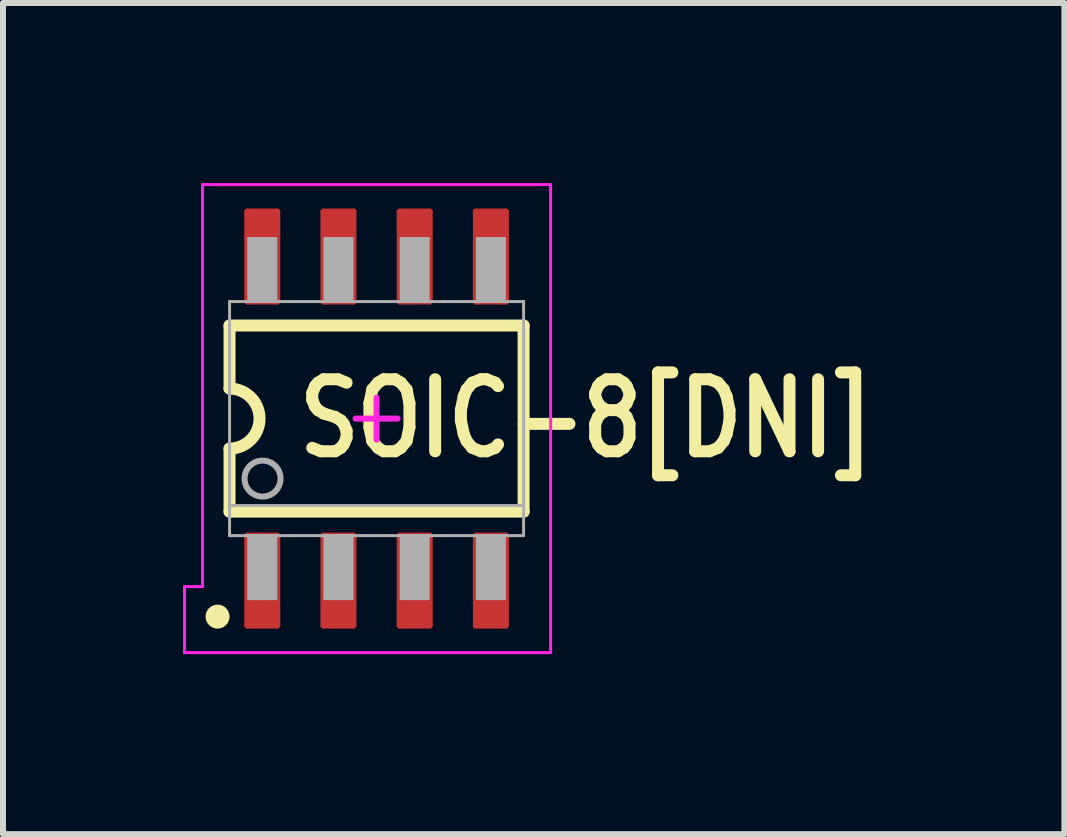
<source format=kicad_pcb>
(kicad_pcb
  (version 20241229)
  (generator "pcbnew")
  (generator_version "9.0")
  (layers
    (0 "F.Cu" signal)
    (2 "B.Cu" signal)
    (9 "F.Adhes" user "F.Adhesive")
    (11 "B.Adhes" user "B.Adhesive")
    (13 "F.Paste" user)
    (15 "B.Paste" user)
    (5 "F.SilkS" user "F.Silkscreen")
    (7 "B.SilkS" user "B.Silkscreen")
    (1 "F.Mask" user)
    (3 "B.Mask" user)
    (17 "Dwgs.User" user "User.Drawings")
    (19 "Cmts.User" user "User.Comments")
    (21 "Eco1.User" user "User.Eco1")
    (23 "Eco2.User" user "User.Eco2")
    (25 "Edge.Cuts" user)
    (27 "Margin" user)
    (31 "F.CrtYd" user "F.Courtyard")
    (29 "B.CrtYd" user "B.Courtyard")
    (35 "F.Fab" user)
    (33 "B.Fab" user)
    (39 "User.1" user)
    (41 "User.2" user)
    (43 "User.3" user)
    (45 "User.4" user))
  (footprint "SOIC-8[DNI]"
    (layer "F.Cu")
    (at 3.225 3.925)
    (property "Reference" "SOIC-8[DNI]" (at 3.5 0 0) (layer "F.SilkS") (effects (font (size 1.2 1) (thickness 0.2))))
    (attr through_hole)
    (fp_line (start -2.18 -3.45) (end -2.18 -1.95) (stroke (width 0.05) (type solid)) (layer "F.Cu"))
    (fp_line (start -2.18 1.95) (end -2.18 3.45) (stroke (width 0.05) (type solid)) (layer "F.Cu"))
    (fp_line (start -2.155 -3.475) (end -1.655 -3.475) (stroke (width 0.05) (type solid)) (layer "F.Cu"))
    (fp_line (start -2.155 -3.45) (end -2.155 -1.95) (stroke (width 0.05) (type solid)) (layer "F.Cu"))
    (fp_line (start -2.155 -3.45) (end -1.655 -3.45) (stroke (width 0.05) (type solid)) (layer "F.Cu"))
    (fp_line (start -2.155 1.925) (end -1.655 1.925) (stroke (width 0.05) (type solid)) (layer "F.Cu"))
    (fp_line (start -2.155 1.95) (end -2.155 3.45) (stroke (width 0.05) (type solid)) (layer "F.Cu"))
    (fp_line (start -2.155 1.95) (end -1.655 1.95) (stroke (width 0.05) (type solid)) (layer "F.Cu"))
    (fp_line (start -1.655 -1.95) (end -2.155 -1.95) (stroke (width 0.05) (type solid)) (layer "F.Cu"))
    (fp_line (start -1.655 -1.95) (end -1.655 -3.45) (stroke (width 0.05) (type solid)) (layer "F.Cu"))
    (fp_line (start -1.655 -1.925) (end -2.155 -1.925) (stroke (width 0.05) (type solid)) (layer "F.Cu"))
    (fp_line (start -1.655 3.45) (end -2.155 3.45) (stroke (width 0.05) (type solid)) (layer "F.Cu"))
    (fp_line (start -1.655 3.45) (end -1.655 1.95) (stroke (width 0.05) (type solid)) (layer "F.Cu"))
    (fp_line (start -1.655 3.475) (end -2.155 3.475) (stroke (width 0.05) (type solid)) (layer "F.Cu"))
    (fp_line (start -1.63 -1.95) (end -1.63 -3.45) (stroke (width 0.05) (type solid)) (layer "F.Cu"))
    (fp_line (start -1.63 3.45) (end -1.63 1.95) (stroke (width 0.05) (type solid)) (layer "F.Cu"))
    (fp_line (start -0.91 -3.45) (end -0.91 -1.95) (stroke (width 0.05) (type solid)) (layer "F.Cu"))
    (fp_line (start -0.91 1.95) (end -0.91 3.45) (stroke (width 0.05) (type solid)) (layer "F.Cu"))
    (fp_line (start -0.885 -3.475) (end -0.385 -3.475) (stroke (width 0.05) (type solid)) (layer "F.Cu"))
    (fp_line (start -0.885 -3.45) (end -0.885 -1.95) (stroke (width 0.05) (type solid)) (layer "F.Cu"))
    (fp_line (start -0.885 -3.45) (end -0.385 -3.45) (stroke (width 0.05) (type solid)) (layer "F.Cu"))
    (fp_line (start -0.885 1.925) (end -0.385 1.925) (stroke (width 0.05) (type solid)) (layer "F.Cu"))
    (fp_line (start -0.885 1.95) (end -0.885 3.45) (stroke (width 0.05) (type solid)) (layer "F.Cu"))
    (fp_line (start -0.885 1.95) (end -0.385 1.95) (stroke (width 0.05) (type solid)) (layer "F.Cu"))
    (fp_line (start -0.385 -1.95) (end -0.885 -1.95) (stroke (width 0.05) (type solid)) (layer "F.Cu"))
    (fp_line (start -0.385 -1.95) (end -0.385 -3.45) (stroke (width 0.05) (type solid)) (layer "F.Cu"))
    (fp_line (start -0.385 -1.925) (end -0.885 -1.925) (stroke (width 0.05) (type solid)) (layer "F.Cu"))
    (fp_line (start -0.385 3.45) (end -0.885 3.45) (stroke (width 0.05) (type solid)) (layer "F.Cu"))
    (fp_line (start -0.385 3.45) (end -0.385 1.95) (stroke (width 0.05) (type solid)) (layer "F.Cu"))
    (fp_line (start -0.385 3.475) (end -0.885 3.475) (stroke (width 0.05) (type solid)) (layer "F.Cu"))
    (fp_line (start -0.36 -1.95) (end -0.36 -3.45) (stroke (width 0.05) (type solid)) (layer "F.Cu"))
    (fp_line (start -0.36 3.45) (end -0.36 1.95) (stroke (width 0.05) (type solid)) (layer "F.Cu"))
    (fp_line (start 0.36 -3.45) (end 0.36 -1.95) (stroke (width 0.05) (type solid)) (layer "F.Cu"))
    (fp_line (start 0.36 1.95) (end 0.36 3.45) (stroke (width 0.05) (type solid)) (layer "F.Cu"))
    (fp_line (start 0.385 -3.475) (end 0.885 -3.475) (stroke (width 0.05) (type solid)) (layer "F.Cu"))
    (fp_line (start 0.385 -3.45) (end 0.385 -1.95) (stroke (width 0.05) (type solid)) (layer "F.Cu"))
    (fp_line (start 0.385 -3.45) (end 0.885 -3.45) (stroke (width 0.05) (type solid)) (layer "F.Cu"))
    (fp_line (start 0.385 1.925) (end 0.885 1.925) (stroke (width 0.05) (type solid)) (layer "F.Cu"))
    (fp_line (start 0.385 1.95) (end 0.385 3.45) (stroke (width 0.05) (type solid)) (layer "F.Cu"))
    (fp_line (start 0.385 1.95) (end 0.885 1.95) (stroke (width 0.05) (type solid)) (layer "F.Cu"))
    (fp_line (start 0.885 -1.95) (end 0.385 -1.95) (stroke (width 0.05) (type solid)) (layer "F.Cu"))
    (fp_line (start 0.885 -1.95) (end 0.885 -3.45) (stroke (width 0.05) (type solid)) (layer "F.Cu"))
    (fp_line (start 0.885 -1.925) (end 0.385 -1.925) (stroke (width 0.05) (type solid)) (layer "F.Cu"))
    (fp_line (start 0.885 3.45) (end 0.385 3.45) (stroke (width 0.05) (type solid)) (layer "F.Cu"))
    (fp_line (start 0.885 3.45) (end 0.885 1.95) (stroke (width 0.05) (type solid)) (layer "F.Cu"))
    (fp_line (start 0.885 3.475) (end 0.385 3.475) (stroke (width 0.05) (type solid)) (layer "F.Cu"))
    (fp_line (start 0.91 -1.95) (end 0.91 -3.45) (stroke (width 0.05) (type solid)) (layer "F.Cu"))
    (fp_line (start 0.91 3.45) (end 0.91 1.95) (stroke (width 0.05) (type solid)) (layer "F.Cu"))
    (fp_line (start 1.63 -3.45) (end 1.63 -1.95) (stroke (width 0.05) (type solid)) (layer "F.Cu"))
    (fp_line (start 1.63 1.95) (end 1.63 3.45) (stroke (width 0.05) (type solid)) (layer "F.Cu"))
    (fp_line (start 1.655 -3.475) (end 2.155 -3.475) (stroke (width 0.05) (type solid)) (layer "F.Cu"))
    (fp_line (start 1.655 -3.45) (end 1.655 -1.95) (stroke (width 0.05) (type solid)) (layer "F.Cu"))
    (fp_line (start 1.655 -3.45) (end 2.155 -3.45) (stroke (width 0.05) (type solid)) (layer "F.Cu"))
    (fp_line (start 1.655 1.925) (end 2.155 1.925) (stroke (width 0.05) (type solid)) (layer "F.Cu"))
    (fp_line (start 1.655 1.95) (end 1.655 3.45) (stroke (width 0.05) (type solid)) (layer "F.Cu"))
    (fp_line (start 1.655 1.95) (end 2.155 1.95) (stroke (width 0.05) (type solid)) (layer "F.Cu"))
    (fp_line (start 2.155 -1.95) (end 1.655 -1.95) (stroke (width 0.05) (type solid)) (layer "F.Cu"))
    (fp_line (start 2.155 -1.95) (end 2.155 -3.45) (stroke (width 0.05) (type solid)) (layer "F.Cu"))
    (fp_line (start 2.155 -1.925) (end 1.655 -1.925) (stroke (width 0.05) (type solid)) (layer "F.Cu"))
    (fp_line (start 2.155 3.45) (end 1.655 3.45) (stroke (width 0.05) (type solid)) (layer "F.Cu"))
    (fp_line (start 2.155 3.45) (end 2.155 1.95) (stroke (width 0.05) (type solid)) (layer "F.Cu"))
    (fp_line (start 2.155 3.475) (end 1.655 3.475) (stroke (width 0.05) (type solid)) (layer "F.Cu"))
    (fp_line (start 2.18 -1.95) (end 2.18 -3.45) (stroke (width 0.05) (type solid)) (layer "F.Cu"))
    (fp_line (start 2.18 3.45) (end 2.18 1.95) (stroke (width 0.05) (type solid)) (layer "F.Cu"))
    (fp_arc (start -2.18 -3.45) (mid -2.172693 -3.467662) (end -2.155044 -3.475) (stroke (width 0.05) (type solid)) (layer "F.Cu"))
    (fp_arc (start -2.18 1.95) (mid -2.172693 1.932338) (end -2.155044 1.925) (stroke (width 0.05) (type solid)) (layer "F.Cu"))
    (fp_arc (start -2.155 -1.925) (mid -2.172662 -1.932307) (end -2.18 -1.949956) (stroke (width 0.05) (type solid)) (layer "F.Cu"))
    (fp_arc (start -2.155 3.475) (mid -2.172662 3.467693) (end -2.18 3.450044) (stroke (width 0.05) (type solid)) (layer "F.Cu"))
    (fp_arc (start -1.655 -3.475) (mid -1.637338 -3.467693) (end -1.63 -3.450044) (stroke (width 0.05) (type solid)) (layer "F.Cu"))
    (fp_arc (start -1.655 1.925) (mid -1.637338 1.932307) (end -1.63 1.949956) (stroke (width 0.05) (type solid)) (layer "F.Cu"))
    (fp_arc (start -1.63 -1.95) (mid -1.637307 -1.932338) (end -1.654956 -1.925) (stroke (width 0.05) (type solid)) (layer "F.Cu"))
    (fp_arc (start -1.63 3.45) (mid -1.637307 3.467662) (end -1.654956 3.475) (stroke (width 0.05) (type solid)) (layer "F.Cu"))
    (fp_arc (start -0.91 -3.45) (mid -0.902693 -3.467662) (end -0.885044 -3.475) (stroke (width 0.05) (type solid)) (layer "F.Cu"))
    (fp_arc (start -0.91 1.95) (mid -0.902693 1.932338) (end -0.885044 1.925) (stroke (width 0.05) (type solid)) (layer "F.Cu"))
    (fp_arc (start -0.885 -1.925) (mid -0.902662 -1.932307) (end -0.91 -1.949956) (stroke (width 0.05) (type solid)) (layer "F.Cu"))
    (fp_arc (start -0.885 3.475) (mid -0.902662 3.467693) (end -0.91 3.450044) (stroke (width 0.05) (type solid)) (layer "F.Cu"))
    (fp_arc (start -0.385 -3.475) (mid -0.367338 -3.467693) (end -0.36 -3.450044) (stroke (width 0.05) (type solid)) (layer "F.Cu"))
    (fp_arc (start -0.385 1.925) (mid -0.367338 1.932307) (end -0.36 1.949956) (stroke (width 0.05) (type solid)) (layer "F.Cu"))
    (fp_arc (start -0.36 -1.95) (mid -0.367307 -1.932338) (end -0.384956 -1.925) (stroke (width 0.05) (type solid)) (layer "F.Cu"))
    (fp_arc (start -0.36 3.45) (mid -0.367307 3.467662) (end -0.384956 3.475) (stroke (width 0.05) (type solid)) (layer "F.Cu"))
    (fp_arc (start 0.36 -3.45) (mid 0.367307 -3.467662) (end 0.384956 -3.475) (stroke (width 0.05) (type solid)) (layer "F.Cu"))
    (fp_arc (start 0.36 1.95) (mid 0.367307 1.932338) (end 0.384956 1.925) (stroke (width 0.05) (type solid)) (layer "F.Cu"))
    (fp_arc (start 0.385 -1.925) (mid 0.367338 -1.932307) (end 0.36 -1.949956) (stroke (width 0.05) (type solid)) (layer "F.Cu"))
    (fp_arc (start 0.385 3.475) (mid 0.367338 3.467693) (end 0.36 3.450044) (stroke (width 0.05) (type solid)) (layer "F.Cu"))
    (fp_arc (start 0.885 -3.475) (mid 0.902662 -3.467693) (end 0.91 -3.450044) (stroke (width 0.05) (type solid)) (layer "F.Cu"))
    (fp_arc (start 0.885 1.925) (mid 0.902662 1.932307) (end 0.91 1.949956) (stroke (width 0.05) (type solid)) (layer "F.Cu"))
    (fp_arc (start 0.91 -1.95) (mid 0.902693 -1.932338) (end 0.885044 -1.925) (stroke (width 0.05) (type solid)) (layer "F.Cu"))
    (fp_arc (start 0.91 3.45) (mid 0.902693 3.467662) (end 0.885044 3.475) (stroke (width 0.05) (type solid)) (layer "F.Cu"))
    (fp_arc (start 1.63 -3.45) (mid 1.637307 -3.467662) (end 1.654956 -3.475) (stroke (width 0.05) (type solid)) (layer "F.Cu"))
    (fp_arc (start 1.63 1.95) (mid 1.637307 1.932338) (end 1.654956 1.925) (stroke (width 0.05) (type solid)) (layer "F.Cu"))
    (fp_arc (start 1.655 -1.925) (mid 1.637338 -1.932307) (end 1.63 -1.949956) (stroke (width 0.05) (type solid)) (layer "F.Cu"))
    (fp_arc (start 1.655 3.475) (mid 1.637338 3.467693) (end 1.63 3.450044) (stroke (width 0.05) (type solid)) (layer "F.Cu"))
    (fp_arc (start 2.155 -3.475) (mid 2.172662 -3.467693) (end 2.18 -3.450044) (stroke (width 0.05) (type solid)) (layer "F.Cu"))
    (fp_arc (start 2.155 1.925) (mid 2.172662 1.932307) (end 2.18 1.949956) (stroke (width 0.05) (type solid)) (layer "F.Cu"))
    (fp_arc (start 2.18 -1.95) (mid 2.172693 -1.932338) (end 2.155044 -1.925) (stroke (width 0.05) (type solid)) (layer "F.Cu"))
    (fp_arc (start 2.18 3.45) (mid 2.172693 3.467662) (end 2.155044 3.475) (stroke (width 0.05) (type solid)) (layer "F.Cu"))
    (fp_line (start -2.255 -3.45) (end -2.255 -1.95) (stroke (width 0.1) (type solid)) (layer "F.Mask"))
    (fp_line (start -2.255 1.95) (end -2.255 3.45) (stroke (width 0.1) (type solid)) (layer "F.Mask"))
    (fp_line (start -2.205 -2.1) (end -2.205 -3) (stroke (width 0.1) (type solid)) (layer "F.Mask"))
    (fp_line (start -2.205 3.3) (end -2.205 2.4) (stroke (width 0.1) (type solid)) (layer "F.Mask"))
    (fp_line (start -2.155 -3.5) (end -1.605 -3.5) (stroke (width 0.1) (type solid)) (layer "F.Mask"))
    (fp_line (start -2.155 -1.85) (end -1.655 -1.85) (stroke (width 0.1) (type solid)) (layer "F.Mask"))
    (fp_line (start -2.155 1.9) (end -1.605 1.9) (stroke (width 0.1) (type solid)) (layer "F.Mask"))
    (fp_line (start -2.155 3.55) (end -1.655 3.55) (stroke (width 0.1) (type solid)) (layer "F.Mask"))
    (fp_line (start -1.655 -3.55) (end -2.155 -3.55) (stroke (width 0.1) (type solid)) (layer "F.Mask"))
    (fp_line (start -1.655 1.85) (end -2.155 1.85) (stroke (width 0.1) (type solid)) (layer "F.Mask"))
    (fp_line (start -1.605 -3.3) (end -1.605 -2.4) (stroke (width 0.1) (type solid)) (layer "F.Mask"))
    (fp_line (start -1.605 2.1) (end -1.605 3) (stroke (width 0.1) (type solid)) (layer "F.Mask"))
    (fp_line (start -1.555 -1.95) (end -1.555 -3.45) (stroke (width 0.1) (type solid)) (layer "F.Mask"))
    (fp_line (start -1.555 3.45) (end -1.555 1.95) (stroke (width 0.1) (type solid)) (layer "F.Mask"))
    (fp_line (start -0.985 -3.45) (end -0.985 -1.95) (stroke (width 0.1) (type solid)) (layer "F.Mask"))
    (fp_line (start -0.985 1.95) (end -0.985 3.45) (stroke (width 0.1) (type solid)) (layer "F.Mask"))
    (fp_line (start -0.935 -2.1) (end -0.935 -3) (stroke (width 0.1) (type solid)) (layer "F.Mask"))
    (fp_line (start -0.935 3.3) (end -0.935 2.4) (stroke (width 0.1) (type solid)) (layer "F.Mask"))
    (fp_line (start -0.885 -3.5) (end -0.335 -3.5) (stroke (width 0.1) (type solid)) (layer "F.Mask"))
    (fp_line (start -0.885 -1.85) (end -0.385 -1.85) (stroke (width 0.1) (type solid)) (layer "F.Mask"))
    (fp_line (start -0.885 1.9) (end -0.335 1.9) (stroke (width 0.1) (type solid)) (layer "F.Mask"))
    (fp_line (start -0.885 3.55) (end -0.385 3.55) (stroke (width 0.1) (type solid)) (layer "F.Mask"))
    (fp_line (start -0.385 -3.55) (end -0.885 -3.55) (stroke (width 0.1) (type solid)) (layer "F.Mask"))
    (fp_line (start -0.385 1.85) (end -0.885 1.85) (stroke (width 0.1) (type solid)) (layer "F.Mask"))
    (fp_line (start -0.335 -3.3) (end -0.335 -2.4) (stroke (width 0.1) (type solid)) (layer "F.Mask"))
    (fp_line (start -0.335 2.1) (end -0.335 3) (stroke (width 0.1) (type solid)) (layer "F.Mask"))
    (fp_line (start -0.285 -1.95) (end -0.285 -3.45) (stroke (width 0.1) (type solid)) (layer "F.Mask"))
    (fp_line (start -0.285 3.45) (end -0.285 1.95) (stroke (width 0.1) (type solid)) (layer "F.Mask"))
    (fp_line (start 0.285 -3.45) (end 0.285 -1.95) (stroke (width 0.1) (type solid)) (layer "F.Mask"))
    (fp_line (start 0.285 1.95) (end 0.285 3.45) (stroke (width 0.1) (type solid)) (layer "F.Mask"))
    (fp_line (start 0.335 -2.1) (end 0.335 -3) (stroke (width 0.1) (type solid)) (layer "F.Mask"))
    (fp_line (start 0.335 3.3) (end 0.335 2.4) (stroke (width 0.1) (type solid)) (layer "F.Mask"))
    (fp_line (start 0.385 -3.5) (end 0.935 -3.5) (stroke (width 0.1) (type solid)) (layer "F.Mask"))
    (fp_line (start 0.385 -1.85) (end 0.885 -1.85) (stroke (width 0.1) (type solid)) (layer "F.Mask"))
    (fp_line (start 0.385 1.9) (end 0.935 1.9) (stroke (width 0.1) (type solid)) (layer "F.Mask"))
    (fp_line (start 0.385 3.55) (end 0.885 3.55) (stroke (width 0.1) (type solid)) (layer "F.Mask"))
    (fp_line (start 0.885 -3.55) (end 0.385 -3.55) (stroke (width 0.1) (type solid)) (layer "F.Mask"))
    (fp_line (start 0.885 1.85) (end 0.385 1.85) (stroke (width 0.1) (type solid)) (layer "F.Mask"))
    (fp_line (start 0.935 -3.3) (end 0.935 -2.4) (stroke (width 0.1) (type solid)) (layer "F.Mask"))
    (fp_line (start 0.935 2.1) (end 0.935 3) (stroke (width 0.1) (type solid)) (layer "F.Mask"))
    (fp_line (start 0.985 -1.95) (end 0.985 -3.45) (stroke (width 0.1) (type solid)) (layer "F.Mask"))
    (fp_line (start 0.985 3.45) (end 0.985 1.95) (stroke (width 0.1) (type solid)) (layer "F.Mask"))
    (fp_line (start 1.555 -3.45) (end 1.555 -1.95) (stroke (width 0.1) (type solid)) (layer "F.Mask"))
    (fp_line (start 1.555 1.95) (end 1.555 3.45) (stroke (width 0.1) (type solid)) (layer "F.Mask"))
    (fp_line (start 1.605 -2.1) (end 1.605 -3) (stroke (width 0.1) (type solid)) (layer "F.Mask"))
    (fp_line (start 1.605 3.3) (end 1.605 2.4) (stroke (width 0.1) (type solid)) (layer "F.Mask"))
    (fp_line (start 1.655 -3.5) (end 2.205 -3.5) (stroke (width 0.1) (type solid)) (layer "F.Mask"))
    (fp_line (start 1.655 -1.85) (end 2.155 -1.85) (stroke (width 0.1) (type solid)) (layer "F.Mask"))
    (fp_line (start 1.655 1.9) (end 2.205 1.9) (stroke (width 0.1) (type solid)) (layer "F.Mask"))
    (fp_line (start 1.655 3.55) (end 2.155 3.55) (stroke (width 0.1) (type solid)) (layer "F.Mask"))
    (fp_line (start 2.155 -3.55) (end 1.655 -3.55) (stroke (width 0.1) (type solid)) (layer "F.Mask"))
    (fp_line (start 2.155 1.85) (end 1.655 1.85) (stroke (width 0.1) (type solid)) (layer "F.Mask"))
    (fp_line (start 2.205 -3.3) (end 2.205 -2.4) (stroke (width 0.1) (type solid)) (layer "F.Mask"))
    (fp_line (start 2.205 2.1) (end 2.205 3) (stroke (width 0.1) (type solid)) (layer "F.Mask"))
    (fp_line (start 2.255 -1.95) (end 2.255 -3.45) (stroke (width 0.1) (type solid)) (layer "F.Mask"))
    (fp_line (start 2.255 3.45) (end 2.255 1.95) (stroke (width 0.1) (type solid)) (layer "F.Mask"))
    (fp_arc (start -2.254825 -3.45) (mid -2.225598 -3.520649) (end -2.155 -3.55) (stroke (width 0.1) (type solid)) (layer "F.Mask"))
    (fp_arc (start -2.254825 1.95) (mid -2.225598 1.879351) (end -2.155 1.85) (stroke (width 0.1) (type solid)) (layer "F.Mask"))
    (fp_arc (start -2.155 -1.85) (mid -2.225649 -1.879227) (end -2.255 -1.949825) (stroke (width 0.1) (type solid)) (layer "F.Mask"))
    (fp_arc (start -2.155 3.55) (mid -2.225649 3.520773) (end -2.255 3.450175) (stroke (width 0.1) (type solid)) (layer "F.Mask"))
    (fp_arc (start -1.655 -3.549825) (mid -1.584351 -3.520598) (end -1.555 -3.45) (stroke (width 0.1) (type solid)) (layer "F.Mask"))
    (fp_arc (start -1.655 1.850175) (mid -1.584351 1.879402) (end -1.555 1.95) (stroke (width 0.1) (type solid)) (layer "F.Mask"))
    (fp_arc (start -1.555 -1.95) (mid -1.584227 -1.879351) (end -1.654825 -1.85) (stroke (width 0.1) (type solid)) (layer "F.Mask"))
    (fp_arc (start -1.555 3.45) (mid -1.584227 3.520649) (end -1.654825 3.55) (stroke (width 0.1) (type solid)) (layer "F.Mask"))
    (fp_arc (start -0.984825 -3.45) (mid -0.955598 -3.520649) (end -0.885 -3.55) (stroke (width 0.1) (type solid)) (layer "F.Mask"))
    (fp_arc (start -0.984825 1.95) (mid -0.955598 1.879351) (end -0.885 1.85) (stroke (width 0.1) (type solid)) (layer "F.Mask"))
    (fp_arc (start -0.885 -1.85) (mid -0.955649 -1.879227) (end -0.985 -1.949825) (stroke (width 0.1) (type solid)) (layer "F.Mask"))
    (fp_arc (start -0.885 3.55) (mid -0.955649 3.520773) (end -0.985 3.450175) (stroke (width 0.1) (type solid)) (layer "F.Mask"))
    (fp_arc (start -0.385 -3.549825) (mid -0.314351 -3.520598) (end -0.285 -3.45) (stroke (width 0.1) (type solid)) (layer "F.Mask"))
    (fp_arc (start -0.385 1.850175) (mid -0.314351 1.879402) (end -0.285 1.95) (stroke (width 0.1) (type solid)) (layer "F.Mask"))
    (fp_arc (start -0.285 -1.95) (mid -0.314227 -1.879351) (end -0.384825 -1.85) (stroke (width 0.1) (type solid)) (layer "F.Mask"))
    (fp_arc (start -0.285 3.45) (mid -0.314227 3.520649) (end -0.384825 3.55) (stroke (width 0.1) (type solid)) (layer "F.Mask"))
    (fp_arc (start 0.285175 -3.45) (mid 0.314402 -3.520649) (end 0.385 -3.55) (stroke (width 0.1) (type solid)) (layer "F.Mask"))
    (fp_arc (start 0.285175 1.95) (mid 0.314402 1.879351) (end 0.385 1.85) (stroke (width 0.1) (type solid)) (layer "F.Mask"))
    (fp_arc (start 0.385 -1.85) (mid 0.314351 -1.879227) (end 0.285 -1.949825) (stroke (width 0.1) (type solid)) (layer "F.Mask"))
    (fp_arc (start 0.385 3.55) (mid 0.314351 3.520773) (end 0.285 3.450175) (stroke (width 0.1) (type solid)) (layer "F.Mask"))
    (fp_arc (start 0.885 -3.549825) (mid 0.955649 -3.520598) (end 0.985 -3.45) (stroke (width 0.1) (type solid)) (layer "F.Mask"))
    (fp_arc (start 0.885 1.850175) (mid 0.955649 1.879402) (end 0.985 1.95) (stroke (width 0.1) (type solid)) (layer "F.Mask"))
    (fp_arc (start 0.985 -1.95) (mid 0.955773 -1.879351) (end 0.885175 -1.85) (stroke (width 0.1) (type solid)) (layer "F.Mask"))
    (fp_arc (start 0.985 3.45) (mid 0.955773 3.520649) (end 0.885175 3.55) (stroke (width 0.1) (type solid)) (layer "F.Mask"))
    (fp_arc (start 1.555175 -3.45) (mid 1.584402 -3.520649) (end 1.655 -3.55) (stroke (width 0.1) (type solid)) (layer "F.Mask"))
    (fp_arc (start 1.555175 1.95) (mid 1.584402 1.879351) (end 1.655 1.85) (stroke (width 0.1) (type solid)) (layer "F.Mask"))
    (fp_arc (start 1.655 -1.85) (mid 1.584351 -1.879227) (end 1.555 -1.949825) (stroke (width 0.1) (type solid)) (layer "F.Mask"))
    (fp_arc (start 1.655 3.55) (mid 1.584351 3.520773) (end 1.555 3.450175) (stroke (width 0.1) (type solid)) (layer "F.Mask"))
    (fp_arc (start 2.155 -3.549825) (mid 2.225649 -3.520598) (end 2.255 -3.45) (stroke (width 0.1) (type solid)) (layer "F.Mask"))
    (fp_arc (start 2.155 1.850175) (mid 2.225649 1.879402) (end 2.255 1.95) (stroke (width 0.1) (type solid)) (layer "F.Mask"))
    (fp_arc (start 2.255 -1.95) (mid 2.225773 -1.879351) (end 2.155175 -1.85) (stroke (width 0.1) (type solid)) (layer "F.Mask"))
    (fp_arc (start 2.255 3.45) (mid 2.225773 3.520649) (end 2.155175 3.55) (stroke (width 0.1) (type solid)) (layer "F.Mask"))
    (fp_line (start -2.45 -1.55) (end 2.45 -1.55) (stroke (width 0.2) (type solid)) (layer "F.SilkS"))
    (fp_line (start -2.45 -0.5) (end -2.45 -1.55) (stroke (width 0.2) (type solid)) (layer "F.SilkS"))
    (fp_line (start -2.45 1.55) (end -2.45 0.5) (stroke (width 0.2) (type solid)) (layer "F.SilkS"))
    (fp_line (start 2.45 -1.55) (end 2.45 1.55) (stroke (width 0.2) (type solid)) (layer "F.SilkS"))
    (fp_line (start 2.45 1.55) (end -2.45 1.55) (stroke (width 0.2) (type solid)) (layer "F.SilkS"))
    (fp_arc (start -2.45 -0.5) (mid -1.95 0) (end -2.45 0.5) (stroke (width 0.2) (type solid)) (layer "F.SilkS"))
    (fp_circle (center -2.65 3.3) (end -2.55 3.3) (stroke (width 0.2) (type solid)) (fill no) (layer "F.SilkS"))
    (fp_line (start -2.155 -3.45) (end -1.655 -3.45) (stroke (width 0.05) (type solid)) (layer "F.Paste"))
    (fp_line (start -2.155 -1.95) (end -2.155 -3.45) (stroke (width 0.05) (type solid)) (layer "F.Paste"))
    (fp_line (start -2.155 1.95) (end -1.655 1.95) (stroke (width 0.05) (type solid)) (layer "F.Paste"))
    (fp_line (start -2.155 3.45) (end -2.155 1.95) (stroke (width 0.05) (type solid)) (layer "F.Paste"))
    (fp_line (start -1.655 -3.45) (end -1.655 -1.95) (stroke (width 0.05) (type solid)) (layer "F.Paste"))
    (fp_line (start -1.655 -1.95) (end -2.155 -1.95) (stroke (width 0.05) (type solid)) (layer "F.Paste"))
    (fp_line (start -1.655 1.95) (end -1.655 3.45) (stroke (width 0.05) (type solid)) (layer "F.Paste"))
    (fp_line (start -1.655 3.45) (end -2.155 3.45) (stroke (width 0.05) (type solid)) (layer "F.Paste"))
    (fp_line (start -0.885 -3.45) (end -0.385 -3.45) (stroke (width 0.05) (type solid)) (layer "F.Paste"))
    (fp_line (start -0.885 -1.95) (end -0.885 -3.45) (stroke (width 0.05) (type solid)) (layer "F.Paste"))
    (fp_line (start -0.885 1.95) (end -0.385 1.95) (stroke (width 0.05) (type solid)) (layer "F.Paste"))
    (fp_line (start -0.885 3.45) (end -0.885 1.95) (stroke (width 0.05) (type solid)) (layer "F.Paste"))
    (fp_line (start -0.385 -3.45) (end -0.385 -1.95) (stroke (width 0.05) (type solid)) (layer "F.Paste"))
    (fp_line (start -0.385 -1.95) (end -0.885 -1.95) (stroke (width 0.05) (type solid)) (layer "F.Paste"))
    (fp_line (start -0.385 1.95) (end -0.385 3.45) (stroke (width 0.05) (type solid)) (layer "F.Paste"))
    (fp_line (start -0.385 3.45) (end -0.885 3.45) (stroke (width 0.05) (type solid)) (layer "F.Paste"))
    (fp_line (start 0.385 -3.45) (end 0.885 -3.45) (stroke (width 0.05) (type solid)) (layer "F.Paste"))
    (fp_line (start 0.385 -1.95) (end 0.385 -3.45) (stroke (width 0.05) (type solid)) (layer "F.Paste"))
    (fp_line (start 0.385 1.95) (end 0.885 1.95) (stroke (width 0.05) (type solid)) (layer "F.Paste"))
    (fp_line (start 0.385 3.45) (end 0.385 1.95) (stroke (width 0.05) (type solid)) (layer "F.Paste"))
    (fp_line (start 0.885 -3.45) (end 0.885 -1.95) (stroke (width 0.05) (type solid)) (layer "F.Paste"))
    (fp_line (start 0.885 -1.95) (end 0.385 -1.95) (stroke (width 0.05) (type solid)) (layer "F.Paste"))
    (fp_line (start 0.885 1.95) (end 0.885 3.45) (stroke (width 0.05) (type solid)) (layer "F.Paste"))
    (fp_line (start 0.885 3.45) (end 0.385 3.45) (stroke (width 0.05) (type solid)) (layer "F.Paste"))
    (fp_line (start 1.655 -3.45) (end 2.155 -3.45) (stroke (width 0.05) (type solid)) (layer "F.Paste"))
    (fp_line (start 1.655 -1.95) (end 1.655 -3.45) (stroke (width 0.05) (type solid)) (layer "F.Paste"))
    (fp_line (start 1.655 1.95) (end 2.155 1.95) (stroke (width 0.05) (type solid)) (layer "F.Paste"))
    (fp_line (start 1.655 3.45) (end 1.655 1.95) (stroke (width 0.05) (type solid)) (layer "F.Paste"))
    (fp_line (start 2.155 -3.45) (end 2.155 -1.95) (stroke (width 0.05) (type solid)) (layer "F.Paste"))
    (fp_line (start 2.155 -1.95) (end 1.655 -1.95) (stroke (width 0.05) (type solid)) (layer "F.Paste"))
    (fp_line (start 2.155 1.95) (end 2.155 3.45) (stroke (width 0.05) (type solid)) (layer "F.Paste"))
    (fp_line (start 2.155 3.45) (end 1.655 3.45) (stroke (width 0.05) (type solid)) (layer "F.Paste"))
    (fp_line (start -3.2 2.8) (end -2.9 2.8) (stroke (width 0.05) (type solid)) (layer "F.CrtYd"))
    (fp_line (start -3.2 3.9) (end -3.2 2.8) (stroke (width 0.05) (type solid)) (layer "F.CrtYd"))
    (fp_line (start -2.9 -3.9) (end 2.9 -3.9) (stroke (width 0.05) (type solid)) (layer "F.CrtYd"))
    (fp_line (start -2.9 2.8) (end -2.9 -3.9) (stroke (width 0.05) (type solid)) (layer "F.CrtYd"))
    (fp_line (start -0.35 0) (end 0.35 0) (stroke (width 0.1) (type solid)) (layer "F.CrtYd"))
    (fp_line (start 0 -0.35) (end 0 0.35) (stroke (width 0.1) (type solid)) (layer "F.CrtYd"))
    (fp_line (start 2.9 -3.9) (end 2.9 3.9) (stroke (width 0.05) (type solid)) (layer "F.CrtYd"))
    (fp_line (start 2.9 3.9) (end -3.2 3.9) (stroke (width 0.05) (type solid)) (layer "F.CrtYd"))
    (fp_line (start -2.45 -1.95) (end -2.45 1.95) (stroke (width 0.05) (type solid)) (layer "F.Fab"))
    (fp_line (start -2.45 -1.95) (end 2.45 -1.95) (stroke (width 0.05) (type solid)) (layer "F.Fab"))
    (fp_line (start -2.45 1.45) (end 2.45 1.45) (stroke (width 0.05) (type solid)) (layer "F.Fab"))
    (fp_line (start -2.45 1.95) (end 2.45 1.95) (stroke (width 0.05) (type solid)) (layer "F.Fab"))
    (fp_line (start -2.13 -1.95) (end -2.13 -3) (stroke (width 0.05) (type solid)) (layer "F.Fab"))
    (fp_line (start -2.13 1.95) (end -2.13 3) (stroke (width 0.05) (type solid)) (layer "F.Fab"))
    (fp_line (start -2.13 3) (end -1.68 3) (stroke (width 0.05) (type solid)) (layer "F.Fab"))
    (fp_line (start -2.105 -1.95) (end -2.105 -3) (stroke (width 0.05) (type solid)) (layer "F.Fab"))
    (fp_line (start -2.105 1.95) (end -2.105 3) (stroke (width 0.05) (type solid)) (layer "F.Fab"))
    (fp_line (start -2.08 -1.95) (end -2.08 -3) (stroke (width 0.05) (type solid)) (layer "F.Fab"))
    (fp_line (start -2.08 1.95) (end -2.08 3) (stroke (width 0.05) (type solid)) (layer "F.Fab"))
    (fp_line (start -2.055 -1.95) (end -2.055 -3) (stroke (width 0.05) (type solid)) (layer "F.Fab"))
    (fp_line (start -2.055 1.95) (end -2.055 3) (stroke (width 0.05) (type solid)) (layer "F.Fab"))
    (fp_line (start -2.03 -1.95) (end -2.03 -3) (stroke (width 0.05) (type solid)) (layer "F.Fab"))
    (fp_line (start -2.03 1.95) (end -2.03 3) (stroke (width 0.05) (type solid)) (layer "F.Fab"))
    (fp_line (start -2.005 -1.95) (end -2.005 -3) (stroke (width 0.05) (type solid)) (layer "F.Fab"))
    (fp_line (start -2.005 1.95) (end -2.005 3) (stroke (width 0.05) (type solid)) (layer "F.Fab"))
    (fp_line (start -1.98 -1.95) (end -1.98 -3) (stroke (width 0.05) (type solid)) (layer "F.Fab"))
    (fp_line (start -1.98 1.95) (end -1.98 3) (stroke (width 0.05) (type solid)) (layer "F.Fab"))
    (fp_line (start -1.955 -1.95) (end -1.955 -3) (stroke (width 0.05) (type solid)) (layer "F.Fab"))
    (fp_line (start -1.955 1.95) (end -1.955 3) (stroke (width 0.05) (type solid)) (layer "F.Fab"))
    (fp_line (start -1.93 -1.95) (end -1.93 -3) (stroke (width 0.05) (type solid)) (layer "F.Fab"))
    (fp_line (start -1.93 1.95) (end -1.93 3) (stroke (width 0.05) (type solid)) (layer "F.Fab"))
    (fp_line (start -1.905 -1.95) (end -1.905 -3) (stroke (width 0.05) (type solid)) (layer "F.Fab"))
    (fp_line (start -1.905 1.95) (end -1.905 3) (stroke (width 0.05) (type solid)) (layer "F.Fab"))
    (fp_line (start -1.88 -1.95) (end -1.88 -3) (stroke (width 0.05) (type solid)) (layer "F.Fab"))
    (fp_line (start -1.88 1.95) (end -1.88 3) (stroke (width 0.05) (type solid)) (layer "F.Fab"))
    (fp_line (start -1.855 -1.95) (end -1.855 -3) (stroke (width 0.05) (type solid)) (layer "F.Fab"))
    (fp_line (start -1.855 1.95) (end -1.855 3) (stroke (width 0.05) (type solid)) (layer "F.Fab"))
    (fp_line (start -1.83 -1.95) (end -1.83 -3) (stroke (width 0.05) (type solid)) (layer "F.Fab"))
    (fp_line (start -1.83 1.95) (end -1.83 3) (stroke (width 0.05) (type solid)) (layer "F.Fab"))
    (fp_line (start -1.805 -1.95) (end -1.805 -3) (stroke (width 0.05) (type solid)) (layer "F.Fab"))
    (fp_line (start -1.805 1.95) (end -1.805 3) (stroke (width 0.05) (type solid)) (layer "F.Fab"))
    (fp_line (start -1.78 -1.95) (end -1.78 -3) (stroke (width 0.05) (type solid)) (layer "F.Fab"))
    (fp_line (start -1.78 1.95) (end -1.78 3) (stroke (width 0.05) (type solid)) (layer "F.Fab"))
    (fp_line (start -1.755 -1.95) (end -1.755 -3) (stroke (width 0.05) (type solid)) (layer "F.Fab"))
    (fp_line (start -1.755 1.95) (end -1.755 3) (stroke (width 0.05) (type solid)) (layer "F.Fab"))
    (fp_line (start -1.73 -1.95) (end -1.73 -3) (stroke (width 0.05) (type solid)) (layer "F.Fab"))
    (fp_line (start -1.73 1.95) (end -1.73 3) (stroke (width 0.05) (type solid)) (layer "F.Fab"))
    (fp_line (start -1.705 -1.95) (end -1.705 -3) (stroke (width 0.05) (type solid)) (layer "F.Fab"))
    (fp_line (start -1.705 1.95) (end -1.705 3) (stroke (width 0.05) (type solid)) (layer "F.Fab"))
    (fp_line (start -1.68 -3) (end -2.13 -3) (stroke (width 0.05) (type solid)) (layer "F.Fab"))
    (fp_line (start -1.68 -1.95) (end -1.68 -3) (stroke (width 0.05) (type solid)) (layer "F.Fab"))
    (fp_line (start -1.68 1.95) (end -1.68 3) (stroke (width 0.05) (type solid)) (layer "F.Fab"))
    (fp_line (start -0.86 -1.95) (end -0.86 -3) (stroke (width 0.05) (type solid)) (layer "F.Fab"))
    (fp_line (start -0.86 1.95) (end -0.86 3) (stroke (width 0.05) (type solid)) (layer "F.Fab"))
    (fp_line (start -0.86 3) (end -0.41 3) (stroke (width 0.05) (type solid)) (layer "F.Fab"))
    (fp_line (start -0.835 -1.95) (end -0.835 -3) (stroke (width 0.05) (type solid)) (layer "F.Fab"))
    (fp_line (start -0.835 1.95) (end -0.835 3) (stroke (width 0.05) (type solid)) (layer "F.Fab"))
    (fp_line (start -0.81 -1.95) (end -0.81 -3) (stroke (width 0.05) (type solid)) (layer "F.Fab"))
    (fp_line (start -0.81 1.95) (end -0.81 3) (stroke (width 0.05) (type solid)) (layer "F.Fab"))
    (fp_line (start -0.785 -1.95) (end -0.785 -3) (stroke (width 0.05) (type solid)) (layer "F.Fab"))
    (fp_line (start -0.785 1.95) (end -0.785 3) (stroke (width 0.05) (type solid)) (layer "F.Fab"))
    (fp_line (start -0.76 -1.95) (end -0.76 -3) (stroke (width 0.05) (type solid)) (layer "F.Fab"))
    (fp_line (start -0.76 1.95) (end -0.76 3) (stroke (width 0.05) (type solid)) (layer "F.Fab"))
    (fp_line (start -0.735 -1.95) (end -0.735 -3) (stroke (width 0.05) (type solid)) (layer "F.Fab"))
    (fp_line (start -0.735 1.95) (end -0.735 3) (stroke (width 0.05) (type solid)) (layer "F.Fab"))
    (fp_line (start -0.71 -1.95) (end -0.71 -3) (stroke (width 0.05) (type solid)) (layer "F.Fab"))
    (fp_line (start -0.71 1.95) (end -0.71 3) (stroke (width 0.05) (type solid)) (layer "F.Fab"))
    (fp_line (start -0.685 -1.95) (end -0.685 -3) (stroke (width 0.05) (type solid)) (layer "F.Fab"))
    (fp_line (start -0.685 1.95) (end -0.685 3) (stroke (width 0.05) (type solid)) (layer "F.Fab"))
    (fp_line (start -0.66 -1.95) (end -0.66 -3) (stroke (width 0.05) (type solid)) (layer "F.Fab"))
    (fp_line (start -0.66 1.95) (end -0.66 3) (stroke (width 0.05) (type solid)) (layer "F.Fab"))
    (fp_line (start -0.635 -1.95) (end -0.635 -3) (stroke (width 0.05) (type solid)) (layer "F.Fab"))
    (fp_line (start -0.635 1.95) (end -0.635 3) (stroke (width 0.05) (type solid)) (layer "F.Fab"))
    (fp_line (start -0.61 -1.95) (end -0.61 -3) (stroke (width 0.05) (type solid)) (layer "F.Fab"))
    (fp_line (start -0.61 1.95) (end -0.61 3) (stroke (width 0.05) (type solid)) (layer "F.Fab"))
    (fp_line (start -0.585 -1.95) (end -0.585 -3) (stroke (width 0.05) (type solid)) (layer "F.Fab"))
    (fp_line (start -0.585 1.95) (end -0.585 3) (stroke (width 0.05) (type solid)) (layer "F.Fab"))
    (fp_line (start -0.56 -1.95) (end -0.56 -3) (stroke (width 0.05) (type solid)) (layer "F.Fab"))
    (fp_line (start -0.56 1.95) (end -0.56 3) (stroke (width 0.05) (type solid)) (layer "F.Fab"))
    (fp_line (start -0.535 -1.95) (end -0.535 -3) (stroke (width 0.05) (type solid)) (layer "F.Fab"))
    (fp_line (start -0.535 1.95) (end -0.535 3) (stroke (width 0.05) (type solid)) (layer "F.Fab"))
    (fp_line (start -0.51 -1.95) (end -0.51 -3) (stroke (width 0.05) (type solid)) (layer "F.Fab"))
    (fp_line (start -0.51 1.95) (end -0.51 3) (stroke (width 0.05) (type solid)) (layer "F.Fab"))
    (fp_line (start -0.485 -1.95) (end -0.485 -3) (stroke (width 0.05) (type solid)) (layer "F.Fab"))
    (fp_line (start -0.485 1.95) (end -0.485 3) (stroke (width 0.05) (type solid)) (layer "F.Fab"))
    (fp_line (start -0.46 -1.95) (end -0.46 -3) (stroke (width 0.05) (type solid)) (layer "F.Fab"))
    (fp_line (start -0.46 1.95) (end -0.46 3) (stroke (width 0.05) (type solid)) (layer "F.Fab"))
    (fp_line (start -0.435 -1.95) (end -0.435 -3) (stroke (width 0.05) (type solid)) (layer "F.Fab"))
    (fp_line (start -0.435 1.95) (end -0.435 3) (stroke (width 0.05) (type solid)) (layer "F.Fab"))
    (fp_line (start -0.41 -3) (end -0.86 -3) (stroke (width 0.05) (type solid)) (layer "F.Fab"))
    (fp_line (start -0.41 -1.95) (end -0.41 -3) (stroke (width 0.05) (type solid)) (layer "F.Fab"))
    (fp_line (start -0.41 1.95) (end -0.41 3) (stroke (width 0.05) (type solid)) (layer "F.Fab"))
    (fp_line (start 0.41 -1.95) (end 0.41 -3) (stroke (width 0.05) (type solid)) (layer "F.Fab"))
    (fp_line (start 0.41 1.95) (end 0.41 3) (stroke (width 0.05) (type solid)) (layer "F.Fab"))
    (fp_line (start 0.41 3) (end 0.86 3) (stroke (width 0.05) (type solid)) (layer "F.Fab"))
    (fp_line (start 0.435 -1.95) (end 0.435 -3) (stroke (width 0.05) (type solid)) (layer "F.Fab"))
    (fp_line (start 0.435 1.95) (end 0.435 3) (stroke (width 0.05) (type solid)) (layer "F.Fab"))
    (fp_line (start 0.46 -1.95) (end 0.46 -3) (stroke (width 0.05) (type solid)) (layer "F.Fab"))
    (fp_line (start 0.46 1.95) (end 0.46 3) (stroke (width 0.05) (type solid)) (layer "F.Fab"))
    (fp_line (start 0.485 -1.95) (end 0.485 -3) (stroke (width 0.05) (type solid)) (layer "F.Fab"))
    (fp_line (start 0.485 1.95) (end 0.485 3) (stroke (width 0.05) (type solid)) (layer "F.Fab"))
    (fp_line (start 0.51 -1.95) (end 0.51 -3) (stroke (width 0.05) (type solid)) (layer "F.Fab"))
    (fp_line (start 0.51 1.95) (end 0.51 3) (stroke (width 0.05) (type solid)) (layer "F.Fab"))
    (fp_line (start 0.535 -1.95) (end 0.535 -3) (stroke (width 0.05) (type solid)) (layer "F.Fab"))
    (fp_line (start 0.535 1.95) (end 0.535 3) (stroke (width 0.05) (type solid)) (layer "F.Fab"))
    (fp_line (start 0.56 -1.95) (end 0.56 -3) (stroke (width 0.05) (type solid)) (layer "F.Fab"))
    (fp_line (start 0.56 1.95) (end 0.56 3) (stroke (width 0.05) (type solid)) (layer "F.Fab"))
    (fp_line (start 0.585 -1.95) (end 0.585 -3) (stroke (width 0.05) (type solid)) (layer "F.Fab"))
    (fp_line (start 0.585 1.95) (end 0.585 3) (stroke (width 0.05) (type solid)) (layer "F.Fab"))
    (fp_line (start 0.61 -1.95) (end 0.61 -3) (stroke (width 0.05) (type solid)) (layer "F.Fab"))
    (fp_line (start 0.61 1.95) (end 0.61 3) (stroke (width 0.05) (type solid)) (layer "F.Fab"))
    (fp_line (start 0.635 -1.95) (end 0.635 -3) (stroke (width 0.05) (type solid)) (layer "F.Fab"))
    (fp_line (start 0.635 1.95) (end 0.635 3) (stroke (width 0.05) (type solid)) (layer "F.Fab"))
    (fp_line (start 0.66 -1.95) (end 0.66 -3) (stroke (width 0.05) (type solid)) (layer "F.Fab"))
    (fp_line (start 0.66 1.95) (end 0.66 3) (stroke (width 0.05) (type solid)) (layer "F.Fab"))
    (fp_line (start 0.685 -1.95) (end 0.685 -3) (stroke (width 0.05) (type solid)) (layer "F.Fab"))
    (fp_line (start 0.685 1.95) (end 0.685 3) (stroke (width 0.05) (type solid)) (layer "F.Fab"))
    (fp_line (start 0.71 -1.95) (end 0.71 -3) (stroke (width 0.05) (type solid)) (layer "F.Fab"))
    (fp_line (start 0.71 1.95) (end 0.71 3) (stroke (width 0.05) (type solid)) (layer "F.Fab"))
    (fp_line (start 0.735 -1.95) (end 0.735 -3) (stroke (width 0.05) (type solid)) (layer "F.Fab"))
    (fp_line (start 0.735 1.95) (end 0.735 3) (stroke (width 0.05) (type solid)) (layer "F.Fab"))
    (fp_line (start 0.76 -1.95) (end 0.76 -3) (stroke (width 0.05) (type solid)) (layer "F.Fab"))
    (fp_line (start 0.76 1.95) (end 0.76 3) (stroke (width 0.05) (type solid)) (layer "F.Fab"))
    (fp_line (start 0.785 -1.95) (end 0.785 -3) (stroke (width 0.05) (type solid)) (layer "F.Fab"))
    (fp_line (start 0.785 1.95) (end 0.785 3) (stroke (width 0.05) (type solid)) (layer "F.Fab"))
    (fp_line (start 0.81 -1.95) (end 0.81 -3) (stroke (width 0.05) (type solid)) (layer "F.Fab"))
    (fp_line (start 0.81 1.95) (end 0.81 3) (stroke (width 0.05) (type solid)) (layer "F.Fab"))
    (fp_line (start 0.835 -1.95) (end 0.835 -3) (stroke (width 0.05) (type solid)) (layer "F.Fab"))
    (fp_line (start 0.835 1.95) (end 0.835 3) (stroke (width 0.05) (type solid)) (layer "F.Fab"))
    (fp_line (start 0.86 -3) (end 0.41 -3) (stroke (width 0.05) (type solid)) (layer "F.Fab"))
    (fp_line (start 0.86 -1.95) (end 0.86 -3) (stroke (width 0.05) (type solid)) (layer "F.Fab"))
    (fp_line (start 0.86 1.95) (end 0.86 3) (stroke (width 0.05) (type solid)) (layer "F.Fab"))
    (fp_line (start 1.68 -1.95) (end 1.68 -3) (stroke (width 0.05) (type solid)) (layer "F.Fab"))
    (fp_line (start 1.68 1.95) (end 1.68 3) (stroke (width 0.05) (type solid)) (layer "F.Fab"))
    (fp_line (start 1.68 3) (end 2.13 3) (stroke (width 0.05) (type solid)) (layer "F.Fab"))
    (fp_line (start 1.705 -1.95) (end 1.705 -3) (stroke (width 0.05) (type solid)) (layer "F.Fab"))
    (fp_line (start 1.705 1.95) (end 1.705 3) (stroke (width 0.05) (type solid)) (layer "F.Fab"))
    (fp_line (start 1.73 -1.95) (end 1.73 -3) (stroke (width 0.05) (type solid)) (layer "F.Fab"))
    (fp_line (start 1.73 1.95) (end 1.73 3) (stroke (width 0.05) (type solid)) (layer "F.Fab"))
    (fp_line (start 1.755 -1.95) (end 1.755 -3) (stroke (width 0.05) (type solid)) (layer "F.Fab"))
    (fp_line (start 1.755 1.95) (end 1.755 3) (stroke (width 0.05) (type solid)) (layer "F.Fab"))
    (fp_line (start 1.78 -1.95) (end 1.78 -3) (stroke (width 0.05) (type solid)) (layer "F.Fab"))
    (fp_line (start 1.78 1.95) (end 1.78 3) (stroke (width 0.05) (type solid)) (layer "F.Fab"))
    (fp_line (start 1.805 -1.95) (end 1.805 -3) (stroke (width 0.05) (type solid)) (layer "F.Fab"))
    (fp_line (start 1.805 1.95) (end 1.805 3) (stroke (width 0.05) (type solid)) (layer "F.Fab"))
    (fp_line (start 1.83 -1.95) (end 1.83 -3) (stroke (width 0.05) (type solid)) (layer "F.Fab"))
    (fp_line (start 1.83 1.95) (end 1.83 3) (stroke (width 0.05) (type solid)) (layer "F.Fab"))
    (fp_line (start 1.855 -1.95) (end 1.855 -3) (stroke (width 0.05) (type solid)) (layer "F.Fab"))
    (fp_line (start 1.855 1.95) (end 1.855 3) (stroke (width 0.05) (type solid)) (layer "F.Fab"))
    (fp_line (start 1.88 -1.95) (end 1.88 -3) (stroke (width 0.05) (type solid)) (layer "F.Fab"))
    (fp_line (start 1.88 1.95) (end 1.88 3) (stroke (width 0.05) (type solid)) (layer "F.Fab"))
    (fp_line (start 1.905 -1.95) (end 1.905 -3) (stroke (width 0.05) (type solid)) (layer "F.Fab"))
    (fp_line (start 1.905 1.95) (end 1.905 3) (stroke (width 0.05) (type solid)) (layer "F.Fab"))
    (fp_line (start 1.93 -1.95) (end 1.93 -3) (stroke (width 0.05) (type solid)) (layer "F.Fab"))
    (fp_line (start 1.93 1.95) (end 1.93 3) (stroke (width 0.05) (type solid)) (layer "F.Fab"))
    (fp_line (start 1.955 -1.95) (end 1.955 -3) (stroke (width 0.05) (type solid)) (layer "F.Fab"))
    (fp_line (start 1.955 1.95) (end 1.955 3) (stroke (width 0.05) (type solid)) (layer "F.Fab"))
    (fp_line (start 1.98 -1.95) (end 1.98 -3) (stroke (width 0.05) (type solid)) (layer "F.Fab"))
    (fp_line (start 1.98 1.95) (end 1.98 3) (stroke (width 0.05) (type solid)) (layer "F.Fab"))
    (fp_line (start 2.005 -1.95) (end 2.005 -3) (stroke (width 0.05) (type solid)) (layer "F.Fab"))
    (fp_line (start 2.005 1.95) (end 2.005 3) (stroke (width 0.05) (type solid)) (layer "F.Fab"))
    (fp_line (start 2.03 -1.95) (end 2.03 -3) (stroke (width 0.05) (type solid)) (layer "F.Fab"))
    (fp_line (start 2.03 1.95) (end 2.03 3) (stroke (width 0.05) (type solid)) (layer "F.Fab"))
    (fp_line (start 2.055 -1.95) (end 2.055 -3) (stroke (width 0.05) (type solid)) (layer "F.Fab"))
    (fp_line (start 2.055 1.95) (end 2.055 3) (stroke (width 0.05) (type solid)) (layer "F.Fab"))
    (fp_line (start 2.08 -1.95) (end 2.08 -3) (stroke (width 0.05) (type solid)) (layer "F.Fab"))
    (fp_line (start 2.08 1.95) (end 2.08 3) (stroke (width 0.05) (type solid)) (layer "F.Fab"))
    (fp_line (start 2.105 -1.95) (end 2.105 -3) (stroke (width 0.05) (type solid)) (layer "F.Fab"))
    (fp_line (start 2.105 1.95) (end 2.105 3) (stroke (width 0.05) (type solid)) (layer "F.Fab"))
    (fp_line (start 2.13 -3) (end 1.68 -3) (stroke (width 0.05) (type solid)) (layer "F.Fab"))
    (fp_line (start 2.13 -1.95) (end 2.13 -3) (stroke (width 0.05) (type solid)) (layer "F.Fab"))
    (fp_line (start 2.13 1.95) (end 2.13 3) (stroke (width 0.05) (type solid)) (layer "F.Fab"))
    (fp_line (start 2.45 -1.95) (end 2.45 1.95) (stroke (width 0.05) (type solid)) (layer "F.Fab"))
    (fp_circle (center -1.9 1) (end -1.6 1) (stroke (width 0.1) (type solid)) (fill no) (layer "F.Fab"))
    (pad "1" smd rect (at -1.905 2.7) (size 0.5 1.5) (layers "F.Cu" "F.Mask" "F.Paste"))
    (pad "2" smd rect (at -0.635 2.7) (size 0.5 1.5) (layers "F.Cu" "F.Mask" "F.Paste"))
    (pad "3" smd rect (at 0.635 2.7) (size 0.5 1.5) (layers "F.Cu" "F.Mask" "F.Paste"))
    (pad "4" smd rect (at 1.905 2.7) (size 0.5 1.5) (layers "F.Cu" "F.Mask" "F.Paste"))
    (pad "5" smd rect (at 1.905 -2.7) (size 0.5 1.5) (layers "F.Cu" "F.Mask" "F.Paste"))
    (pad "6" smd rect (at 0.635 -2.7) (size 0.5 1.5) (layers "F.Cu" "F.Mask" "F.Paste"))
    (pad "7" smd rect (at -0.635 -2.7) (size 0.5 1.5) (layers "F.Cu" "F.Mask" "F.Paste"))
    (pad "8" smd rect (at -1.905 -2.7) (size 0.5 1.5) (layers "F.Cu" "F.Mask" "F.Paste")))
  (gr_rect
    (start -3 -3)
    (end 14.687 10.85)
    (stroke (width 0.1) (type default))
    (fill no)
    (layer "Edge.Cuts")))
</source>
